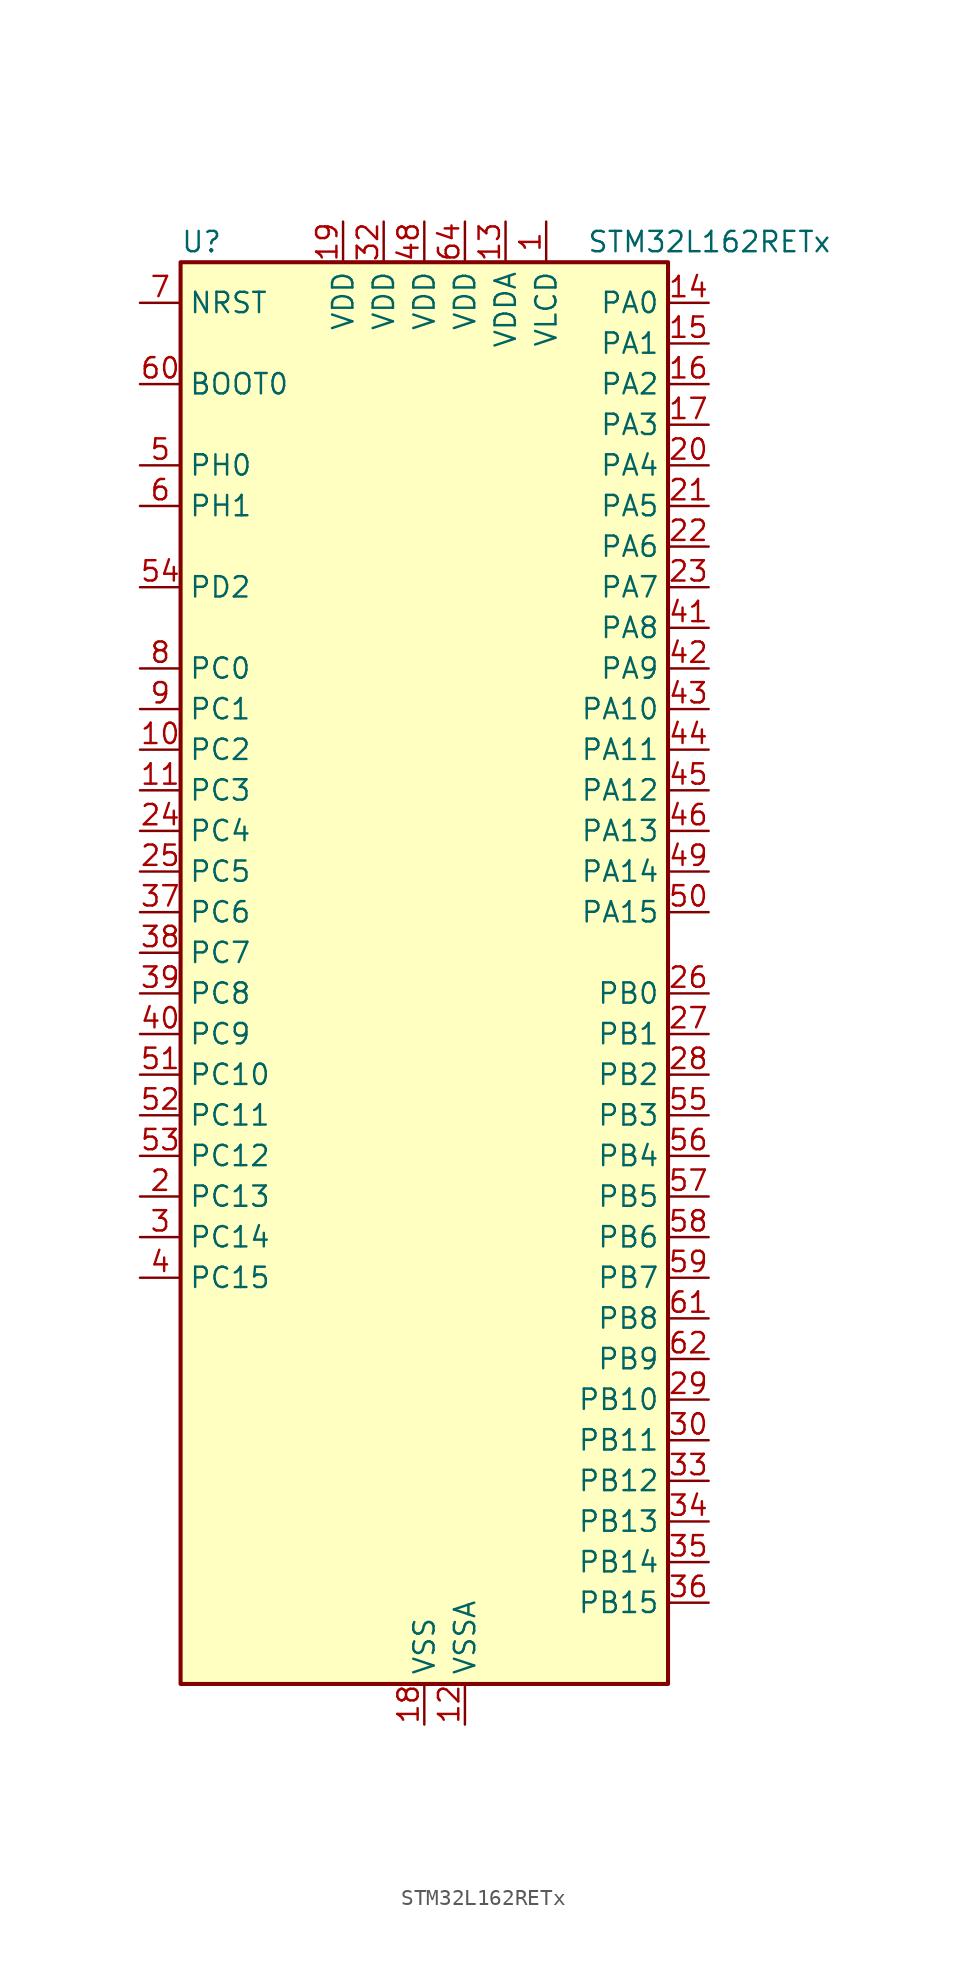
<source format=kicad_sym>
(kicad_symbol_lib
  (version 20231120)
  (generator "kicad_symbol_editor")
  (generator_version "8.0")
  (symbol "STM32L162RETx"
    (property "Reference" "U"
      (at -15.24 46.99 0)
      (effects (font (size 1.27 1.27)) (justify left)))
    (property "Value" "STM32L162RETx"
      (at 10.16 46.99 0)
      (effects (font (size 1.27 1.27)) (justify left)))
    (property "ki_locked" ""
      (at 0 0 0)
      (effects (font (size 1.27 1.27))))
    (symbol "STM32L162RETx_0_1"
      (rectangle (start -15.24 -43.18) (end 15.24 45.72) (stroke (width 0.254) (type default)) (fill (type background))))
    (symbol "STM32L162RETx_1_1"
      (pin power_in line (at 7.62 48.26 270) (length 2.54) (name "VLCD" (effects (font (size 1.27 1.27)))) (number "1" (effects (font (size 1.27 1.27)))))
      (pin bidirectional line (at -17.78 15.24 0) (length 2.54) (name "PC2" (effects (font (size 1.27 1.27)))) (number "10" (effects (font (size 1.27 1.27)))) (alternate "ADC_IN12" bidirectional line) (alternate "COMP1_INP" bidirectional line) (alternate "LCD_SEG20" bidirectional line) (alternate "TIMX_IC3" bidirectional line) (alternate "TS_G8_IO3" bidirectional line))
      (pin bidirectional line (at -17.78 12.7 0) (length 2.54) (name "PC3" (effects (font (size 1.27 1.27)))) (number "11" (effects (font (size 1.27 1.27)))) (alternate "ADC_IN13" bidirectional line) (alternate "COMP1_INP" bidirectional line) (alternate "LCD_SEG21" bidirectional line) (alternate "TIMX_IC4" bidirectional line) (alternate "TS_G8_IO4" bidirectional line))
      (pin power_in line (at 2.54 -45.72 90) (length 2.54) (name "VSSA" (effects (font (size 1.27 1.27)))) (number "12" (effects (font (size 1.27 1.27)))))
      (pin power_in line (at 5.08 48.26 270) (length 2.54) (name "VDDA" (effects (font (size 1.27 1.27)))) (number "13" (effects (font (size 1.27 1.27)))))
      (pin bidirectional line (at 17.78 43.18 180) (length 2.54) (name "PA0" (effects (font (size 1.27 1.27)))) (number "14" (effects (font (size 1.27 1.27)))) (alternate "ADC_IN0" bidirectional line) (alternate "COMP1_INP" bidirectional line) (alternate "RTC_TAMP2" bidirectional line) (alternate "SYS_WKUP1" bidirectional line) (alternate "TIM2_CH1" bidirectional line) (alternate "TIM2_ETR" bidirectional line) (alternate "TIM5_CH1" bidirectional line) (alternate "TIMX_IC1" bidirectional line) (alternate "TS_G1_IO1" bidirectional line) (alternate "USART2_CTS" bidirectional line))
      (pin bidirectional line (at 17.78 40.64 180) (length 2.54) (name "PA1" (effects (font (size 1.27 1.27)))) (number "15" (effects (font (size 1.27 1.27)))) (alternate "ADC_IN1" bidirectional line) (alternate "COMP1_INP" bidirectional line) (alternate "LCD_SEG0" bidirectional line) (alternate "OPAMP1_VINP" bidirectional line) (alternate "TIM2_CH2" bidirectional line) (alternate "TIM5_CH2" bidirectional line) (alternate "TIMX_IC2" bidirectional line) (alternate "TS_G1_IO2" bidirectional line) (alternate "USART2_RTS" bidirectional line))
      (pin bidirectional line (at 17.78 38.1 180) (length 2.54) (name "PA2" (effects (font (size 1.27 1.27)))) (number "16" (effects (font (size 1.27 1.27)))) (alternate "ADC_IN2" bidirectional line) (alternate "COMP1_INP" bidirectional line) (alternate "LCD_SEG1" bidirectional line) (alternate "OPAMP1_VINM" bidirectional line) (alternate "TIM2_CH3" bidirectional line) (alternate "TIM5_CH3" bidirectional line) (alternate "TIM9_CH1" bidirectional line) (alternate "TIMX_IC3" bidirectional line) (alternate "TS_G1_IO3" bidirectional line) (alternate "USART2_TX" bidirectional line))
      (pin bidirectional line (at 17.78 35.56 180) (length 2.54) (name "PA3" (effects (font (size 1.27 1.27)))) (number "17" (effects (font (size 1.27 1.27)))) (alternate "ADC_IN3" bidirectional line) (alternate "COMP1_INP" bidirectional line) (alternate "LCD_SEG2" bidirectional line) (alternate "OPAMP1_VOUT" bidirectional line) (alternate "TIM2_CH4" bidirectional line) (alternate "TIM5_CH4" bidirectional line) (alternate "TIM9_CH2" bidirectional line) (alternate "TIMX_IC4" bidirectional line) (alternate "TS_G1_IO4" bidirectional line) (alternate "USART2_RX" bidirectional line))
      (pin power_in line (at 0 -45.72 90) (length 2.54) (name "VSS" (effects (font (size 1.27 1.27)))) (number "18" (effects (font (size 1.27 1.27)))))
      (pin power_in line (at -5.08 48.26 270) (length 2.54) (name "VDD" (effects (font (size 1.27 1.27)))) (number "19" (effects (font (size 1.27 1.27)))))
      (pin bidirectional line (at -17.78 -12.7 0) (length 2.54) (name "PC13" (effects (font (size 1.27 1.27)))) (number "2" (effects (font (size 1.27 1.27)))) (alternate "RTC_OUT_ALARM" bidirectional line) (alternate "RTC_OUT_CALIB" bidirectional line) (alternate "RTC_TAMP1" bidirectional line) (alternate "RTC_TS" bidirectional line) (alternate "SYS_WKUP2" bidirectional line) (alternate "TIMX_IC2" bidirectional line))
      (pin bidirectional line (at 17.78 33.02 180) (length 2.54) (name "PA4" (effects (font (size 1.27 1.27)))) (number "20" (effects (font (size 1.27 1.27)))) (alternate "ADC_IN4" bidirectional line) (alternate "COMP1_INP" bidirectional line) (alternate "DAC_OUT1" bidirectional line) (alternate "I2S3_WS" bidirectional line) (alternate "SPI1_NSS" bidirectional line) (alternate "SPI3_NSS" bidirectional line) (alternate "TIMX_IC1" bidirectional line) (alternate "USART2_CK" bidirectional line))
      (pin bidirectional line (at 17.78 30.48 180) (length 2.54) (name "PA5" (effects (font (size 1.27 1.27)))) (number "21" (effects (font (size 1.27 1.27)))) (alternate "ADC_IN5" bidirectional line) (alternate "COMP1_INP" bidirectional line) (alternate "DAC_OUT2" bidirectional line) (alternate "SPI1_SCK" bidirectional line) (alternate "TIM2_CH1" bidirectional line) (alternate "TIM2_ETR" bidirectional line) (alternate "TIMX_IC2" bidirectional line))
      (pin bidirectional line (at 17.78 27.94 180) (length 2.54) (name "PA6" (effects (font (size 1.27 1.27)))) (number "22" (effects (font (size 1.27 1.27)))) (alternate "ADC_IN6" bidirectional line) (alternate "COMP1_INP" bidirectional line) (alternate "LCD_SEG3" bidirectional line) (alternate "OPAMP2_VINP" bidirectional line) (alternate "SPI1_MISO" bidirectional line) (alternate "TIM10_CH1" bidirectional line) (alternate "TIM3_CH1" bidirectional line) (alternate "TIMX_IC3" bidirectional line) (alternate "TS_G2_IO1" bidirectional line))
      (pin bidirectional line (at 17.78 25.4 180) (length 2.54) (name "PA7" (effects (font (size 1.27 1.27)))) (number "23" (effects (font (size 1.27 1.27)))) (alternate "ADC_IN7" bidirectional line) (alternate "COMP1_INP" bidirectional line) (alternate "LCD_SEG4" bidirectional line) (alternate "OPAMP2_VINM" bidirectional line) (alternate "SPI1_MOSI" bidirectional line) (alternate "TIM11_CH1" bidirectional line) (alternate "TIM3_CH2" bidirectional line) (alternate "TIMX_IC4" bidirectional line) (alternate "TS_G2_IO2" bidirectional line))
      (pin bidirectional line (at -17.78 10.16 0) (length 2.54) (name "PC4" (effects (font (size 1.27 1.27)))) (number "24" (effects (font (size 1.27 1.27)))) (alternate "ADC_IN14" bidirectional line) (alternate "COMP1_INP" bidirectional line) (alternate "LCD_SEG22" bidirectional line) (alternate "TIMX_IC1" bidirectional line) (alternate "TS_G9_IO1" bidirectional line))
      (pin bidirectional line (at -17.78 7.62 0) (length 2.54) (name "PC5" (effects (font (size 1.27 1.27)))) (number "25" (effects (font (size 1.27 1.27)))) (alternate "ADC_IN15" bidirectional line) (alternate "COMP1_INP" bidirectional line) (alternate "LCD_SEG23" bidirectional line) (alternate "TIMX_IC2" bidirectional line) (alternate "TS_G9_IO2" bidirectional line))
      (pin bidirectional line (at 17.78 0 180) (length 2.54) (name "PB0" (effects (font (size 1.27 1.27)))) (number "26" (effects (font (size 1.27 1.27)))) (alternate "ADC_IN8" bidirectional line) (alternate "COMP1_INP" bidirectional line) (alternate "LCD_SEG5" bidirectional line) (alternate "OPAMP2_VOUT" bidirectional line) (alternate "SYS_V_REF_OUT" bidirectional line) (alternate "TIM3_CH3" bidirectional line) (alternate "TS_G3_IO1" bidirectional line))
      (pin bidirectional line (at 17.78 -2.54 180) (length 2.54) (name "PB1" (effects (font (size 1.27 1.27)))) (number "27" (effects (font (size 1.27 1.27)))) (alternate "ADC_IN9" bidirectional line) (alternate "COMP1_INP" bidirectional line) (alternate "LCD_SEG6" bidirectional line) (alternate "SYS_V_REF_OUT" bidirectional line) (alternate "TIM3_CH4" bidirectional line) (alternate "TS_G3_IO2" bidirectional line))
      (pin bidirectional line (at 17.78 -5.08 180) (length 2.54) (name "PB2" (effects (font (size 1.27 1.27)))) (number "28" (effects (font (size 1.27 1.27)))) (alternate "ADC_IN0b" bidirectional line) (alternate "TS_G3_IO3" bidirectional line))
      (pin bidirectional line (at 17.78 -25.4 180) (length 2.54) (name "PB10" (effects (font (size 1.27 1.27)))) (number "29" (effects (font (size 1.27 1.27)))) (alternate "I2C2_SCL" bidirectional line) (alternate "LCD_SEG10" bidirectional line) (alternate "TIM2_CH3" bidirectional line) (alternate "USART3_TX" bidirectional line))
      (pin bidirectional line (at -17.78 -15.24 0) (length 2.54) (name "PC14" (effects (font (size 1.27 1.27)))) (number "3" (effects (font (size 1.27 1.27)))) (alternate "RCC_OSC32_IN" bidirectional line) (alternate "TIMX_IC3" bidirectional line))
      (pin bidirectional line (at 17.78 -27.94 180) (length 2.54) (name "PB11" (effects (font (size 1.27 1.27)))) (number "30" (effects (font (size 1.27 1.27)))) (alternate "ADC_EXTI11" bidirectional line) (alternate "I2C2_SDA" bidirectional line) (alternate "LCD_SEG11" bidirectional line) (alternate "TIM2_CH4" bidirectional line) (alternate "USART3_RX" bidirectional line))
      (pin passive line (at 0 -45.72 90) (length 2.54) hide (name "VSS" (effects (font (size 1.27 1.27)))) (number "31" (effects (font (size 1.27 1.27)))))
      (pin power_in line (at -2.54 48.26 270) (length 2.54) (name "VDD" (effects (font (size 1.27 1.27)))) (number "32" (effects (font (size 1.27 1.27)))))
      (pin bidirectional line (at 17.78 -30.48 180) (length 2.54) (name "PB12" (effects (font (size 1.27 1.27)))) (number "33" (effects (font (size 1.27 1.27)))) (alternate "ADC_IN18" bidirectional line) (alternate "COMP1_INP" bidirectional line) (alternate "I2C2_SMBA" bidirectional line) (alternate "I2S2_WS" bidirectional line) (alternate "LCD_SEG12" bidirectional line) (alternate "SPI2_NSS" bidirectional line) (alternate "TIM10_CH1" bidirectional line) (alternate "TS_G7_IO1" bidirectional line) (alternate "USART3_CK" bidirectional line))
      (pin bidirectional line (at 17.78 -33.02 180) (length 2.54) (name "PB13" (effects (font (size 1.27 1.27)))) (number "34" (effects (font (size 1.27 1.27)))) (alternate "ADC_IN19" bidirectional line) (alternate "COMP1_INP" bidirectional line) (alternate "I2S2_CK" bidirectional line) (alternate "LCD_SEG13" bidirectional line) (alternate "SPI2_SCK" bidirectional line) (alternate "TIM9_CH1" bidirectional line) (alternate "TS_G7_IO2" bidirectional line) (alternate "USART3_CTS" bidirectional line))
      (pin bidirectional line (at 17.78 -35.56 180) (length 2.54) (name "PB14" (effects (font (size 1.27 1.27)))) (number "35" (effects (font (size 1.27 1.27)))) (alternate "ADC_IN20" bidirectional line) (alternate "COMP1_INP" bidirectional line) (alternate "LCD_SEG14" bidirectional line) (alternate "SPI2_MISO" bidirectional line) (alternate "TIM9_CH2" bidirectional line) (alternate "TS_G7_IO3" bidirectional line) (alternate "USART3_RTS" bidirectional line))
      (pin bidirectional line (at 17.78 -38.1 180) (length 2.54) (name "PB15" (effects (font (size 1.27 1.27)))) (number "36" (effects (font (size 1.27 1.27)))) (alternate "ADC_EXTI15" bidirectional line) (alternate "ADC_IN21" bidirectional line) (alternate "COMP1_INP" bidirectional line) (alternate "I2S2_SD" bidirectional line) (alternate "LCD_SEG15" bidirectional line) (alternate "RTC_REFIN" bidirectional line) (alternate "SPI2_MOSI" bidirectional line) (alternate "TIM11_CH1" bidirectional line) (alternate "TS_G7_IO4" bidirectional line))
      (pin bidirectional line (at -17.78 5.08 0) (length 2.54) (name "PC6" (effects (font (size 1.27 1.27)))) (number "37" (effects (font (size 1.27 1.27)))) (alternate "I2S2_MCK" bidirectional line) (alternate "LCD_SEG24" bidirectional line) (alternate "TIM3_CH1" bidirectional line) (alternate "TIMX_IC3" bidirectional line) (alternate "TS_G10_IO1" bidirectional line))
      (pin bidirectional line (at -17.78 2.54 0) (length 2.54) (name "PC7" (effects (font (size 1.27 1.27)))) (number "38" (effects (font (size 1.27 1.27)))) (alternate "I2S3_MCK" bidirectional line) (alternate "LCD_SEG25" bidirectional line) (alternate "TIM3_CH2" bidirectional line) (alternate "TIMX_IC4" bidirectional line) (alternate "TS_G10_IO2" bidirectional line))
      (pin bidirectional line (at -17.78 0 0) (length 2.54) (name "PC8" (effects (font (size 1.27 1.27)))) (number "39" (effects (font (size 1.27 1.27)))) (alternate "LCD_SEG26" bidirectional line) (alternate "TIM3_CH3" bidirectional line) (alternate "TIMX_IC1" bidirectional line) (alternate "TS_G10_IO3" bidirectional line))
      (pin bidirectional line (at -17.78 -17.78 0) (length 2.54) (name "PC15" (effects (font (size 1.27 1.27)))) (number "4" (effects (font (size 1.27 1.27)))) (alternate "ADC_EXTI15" bidirectional line) (alternate "RCC_OSC32_OUT" bidirectional line) (alternate "TIMX_IC4" bidirectional line))
      (pin bidirectional line (at -17.78 -2.54 0) (length 2.54) (name "PC9" (effects (font (size 1.27 1.27)))) (number "40" (effects (font (size 1.27 1.27)))) (alternate "DAC_EXTI9" bidirectional line) (alternate "LCD_SEG27" bidirectional line) (alternate "TIM3_CH4" bidirectional line) (alternate "TIMX_IC2" bidirectional line) (alternate "TS_G10_IO4" bidirectional line))
      (pin bidirectional line (at 17.78 22.86 180) (length 2.54) (name "PA8" (effects (font (size 1.27 1.27)))) (number "41" (effects (font (size 1.27 1.27)))) (alternate "LCD_COM0" bidirectional line) (alternate "RCC_MCO" bidirectional line) (alternate "TIMX_IC1" bidirectional line) (alternate "TS_G4_IO1" bidirectional line) (alternate "USART1_CK" bidirectional line))
      (pin bidirectional line (at 17.78 20.32 180) (length 2.54) (name "PA9" (effects (font (size 1.27 1.27)))) (number "42" (effects (font (size 1.27 1.27)))) (alternate "DAC_EXTI9" bidirectional line) (alternate "LCD_COM1" bidirectional line) (alternate "TIMX_IC2" bidirectional line) (alternate "TS_G4_IO2" bidirectional line) (alternate "USART1_TX" bidirectional line))
      (pin bidirectional line (at 17.78 17.78 180) (length 2.54) (name "PA10" (effects (font (size 1.27 1.27)))) (number "43" (effects (font (size 1.27 1.27)))) (alternate "LCD_COM2" bidirectional line) (alternate "TIMX_IC3" bidirectional line) (alternate "TS_G4_IO3" bidirectional line) (alternate "USART1_RX" bidirectional line))
      (pin bidirectional line (at 17.78 15.24 180) (length 2.54) (name "PA11" (effects (font (size 1.27 1.27)))) (number "44" (effects (font (size 1.27 1.27)))) (alternate "ADC_EXTI11" bidirectional line) (alternate "SPI1_MISO" bidirectional line) (alternate "TIMX_IC4" bidirectional line) (alternate "USART1_CTS" bidirectional line) (alternate "USB_DM" bidirectional line))
      (pin bidirectional line (at 17.78 12.7 180) (length 2.54) (name "PA12" (effects (font (size 1.27 1.27)))) (number "45" (effects (font (size 1.27 1.27)))) (alternate "SPI1_MOSI" bidirectional line) (alternate "TIMX_IC1" bidirectional line) (alternate "USART1_RTS" bidirectional line) (alternate "USB_DP" bidirectional line))
      (pin bidirectional line (at 17.78 10.16 180) (length 2.54) (name "PA13" (effects (font (size 1.27 1.27)))) (number "46" (effects (font (size 1.27 1.27)))) (alternate "SYS_JTMS-SWDIO" bidirectional line) (alternate "TIMX_IC2" bidirectional line) (alternate "TS_G5_IO1" bidirectional line))
      (pin passive line (at 0 -45.72 90) (length 2.54) hide (name "VSS" (effects (font (size 1.27 1.27)))) (number "47" (effects (font (size 1.27 1.27)))))
      (pin power_in line (at 0 48.26 270) (length 2.54) (name "VDD" (effects (font (size 1.27 1.27)))) (number "48" (effects (font (size 1.27 1.27)))))
      (pin bidirectional line (at 17.78 7.62 180) (length 2.54) (name "PA14" (effects (font (size 1.27 1.27)))) (number "49" (effects (font (size 1.27 1.27)))) (alternate "SYS_JTCK-SWCLK" bidirectional line) (alternate "TIMX_IC3" bidirectional line) (alternate "TS_G5_IO2" bidirectional line))
      (pin bidirectional line (at -17.78 33.02 0) (length 2.54) (name "PH0" (effects (font (size 1.27 1.27)))) (number "5" (effects (font (size 1.27 1.27)))) (alternate "RCC_OSC_IN" bidirectional line))
      (pin bidirectional line (at 17.78 5.08 180) (length 2.54) (name "PA15" (effects (font (size 1.27 1.27)))) (number "50" (effects (font (size 1.27 1.27)))) (alternate "ADC_EXTI15" bidirectional line) (alternate "I2S3_WS" bidirectional line) (alternate "LCD_SEG17" bidirectional line) (alternate "SPI1_NSS" bidirectional line) (alternate "SPI3_NSS" bidirectional line) (alternate "SYS_JTDI" bidirectional line) (alternate "TIM2_CH1" bidirectional line) (alternate "TIM2_ETR" bidirectional line) (alternate "TIMX_IC4" bidirectional line) (alternate "TS_G5_IO3" bidirectional line))
      (pin bidirectional line (at -17.78 -5.08 0) (length 2.54) (name "PC10" (effects (font (size 1.27 1.27)))) (number "51" (effects (font (size 1.27 1.27)))) (alternate "I2S3_CK" bidirectional line) (alternate "LCD_COM4" bidirectional line) (alternate "LCD_SEG28" bidirectional line) (alternate "LCD_SEG40" bidirectional line) (alternate "SPI3_SCK" bidirectional line) (alternate "TIMX_IC3" bidirectional line) (alternate "UART4_TX" bidirectional line) (alternate "USART3_TX" bidirectional line))
      (pin bidirectional line (at -17.78 -7.62 0) (length 2.54) (name "PC11" (effects (font (size 1.27 1.27)))) (number "52" (effects (font (size 1.27 1.27)))) (alternate "ADC_EXTI11" bidirectional line) (alternate "LCD_COM5" bidirectional line) (alternate "LCD_SEG29" bidirectional line) (alternate "LCD_SEG41" bidirectional line) (alternate "SPI3_MISO" bidirectional line) (alternate "TIMX_IC4" bidirectional line) (alternate "UART4_RX" bidirectional line) (alternate "USART3_RX" bidirectional line))
      (pin bidirectional line (at -17.78 -10.16 0) (length 2.54) (name "PC12" (effects (font (size 1.27 1.27)))) (number "53" (effects (font (size 1.27 1.27)))) (alternate "I2S3_SD" bidirectional line) (alternate "LCD_COM6" bidirectional line) (alternate "LCD_SEG30" bidirectional line) (alternate "LCD_SEG42" bidirectional line) (alternate "SPI3_MOSI" bidirectional line) (alternate "TIMX_IC1" bidirectional line) (alternate "UART5_TX" bidirectional line) (alternate "USART3_CK" bidirectional line))
      (pin bidirectional line (at -17.78 25.4 0) (length 2.54) (name "PD2" (effects (font (size 1.27 1.27)))) (number "54" (effects (font (size 1.27 1.27)))) (alternate "LCD_COM7" bidirectional line) (alternate "LCD_SEG31" bidirectional line) (alternate "LCD_SEG43" bidirectional line) (alternate "TIM3_ETR" bidirectional line) (alternate "TIMX_IC3" bidirectional line) (alternate "UART5_RX" bidirectional line))
      (pin bidirectional line (at 17.78 -7.62 180) (length 2.54) (name "PB3" (effects (font (size 1.27 1.27)))) (number "55" (effects (font (size 1.27 1.27)))) (alternate "COMP2_INM" bidirectional line) (alternate "I2S3_CK" bidirectional line) (alternate "LCD_SEG7" bidirectional line) (alternate "SPI1_SCK" bidirectional line) (alternate "SPI3_SCK" bidirectional line) (alternate "SYS_JTDO-TRACESWO" bidirectional line) (alternate "TIM2_CH2" bidirectional line))
      (pin bidirectional line (at 17.78 -10.16 180) (length 2.54) (name "PB4" (effects (font (size 1.27 1.27)))) (number "56" (effects (font (size 1.27 1.27)))) (alternate "COMP2_INP" bidirectional line) (alternate "LCD_SEG8" bidirectional line) (alternate "SPI1_MISO" bidirectional line) (alternate "SPI3_MISO" bidirectional line) (alternate "SYS_JTRST" bidirectional line) (alternate "TIM3_CH1" bidirectional line) (alternate "TS_G6_IO1" bidirectional line))
      (pin bidirectional line (at 17.78 -12.7 180) (length 2.54) (name "PB5" (effects (font (size 1.27 1.27)))) (number "57" (effects (font (size 1.27 1.27)))) (alternate "COMP2_INP" bidirectional line) (alternate "I2C1_SMBA" bidirectional line) (alternate "I2S3_SD" bidirectional line) (alternate "LCD_SEG9" bidirectional line) (alternate "SPI1_MOSI" bidirectional line) (alternate "SPI3_MOSI" bidirectional line) (alternate "TIM3_CH2" bidirectional line) (alternate "TS_G6_IO2" bidirectional line))
      (pin bidirectional line (at 17.78 -15.24 180) (length 2.54) (name "PB6" (effects (font (size 1.27 1.27)))) (number "58" (effects (font (size 1.27 1.27)))) (alternate "COMP2_INP" bidirectional line) (alternate "I2C1_SCL" bidirectional line) (alternate "TIM4_CH1" bidirectional line) (alternate "TS_G6_IO3" bidirectional line) (alternate "USART1_TX" bidirectional line))
      (pin bidirectional line (at 17.78 -17.78 180) (length 2.54) (name "PB7" (effects (font (size 1.27 1.27)))) (number "59" (effects (font (size 1.27 1.27)))) (alternate "COMP2_INP" bidirectional line) (alternate "I2C1_SDA" bidirectional line) (alternate "SYS_PVD_IN" bidirectional line) (alternate "TIM4_CH2" bidirectional line) (alternate "TS_G6_IO4" bidirectional line) (alternate "USART1_RX" bidirectional line))
      (pin bidirectional line (at -17.78 30.48 0) (length 2.54) (name "PH1" (effects (font (size 1.27 1.27)))) (number "6" (effects (font (size 1.27 1.27)))) (alternate "RCC_OSC_OUT" bidirectional line))
      (pin input line (at -17.78 38.1 0) (length 2.54) (name "BOOT0" (effects (font (size 1.27 1.27)))) (number "60" (effects (font (size 1.27 1.27)))))
      (pin bidirectional line (at 17.78 -20.32 180) (length 2.54) (name "PB8" (effects (font (size 1.27 1.27)))) (number "61" (effects (font (size 1.27 1.27)))) (alternate "I2C1_SCL" bidirectional line) (alternate "LCD_SEG16" bidirectional line) (alternate "TIM10_CH1" bidirectional line) (alternate "TIM4_CH3" bidirectional line))
      (pin bidirectional line (at 17.78 -22.86 180) (length 2.54) (name "PB9" (effects (font (size 1.27 1.27)))) (number "62" (effects (font (size 1.27 1.27)))) (alternate "DAC_EXTI9" bidirectional line) (alternate "I2C1_SDA" bidirectional line) (alternate "LCD_COM3" bidirectional line) (alternate "TIM11_CH1" bidirectional line) (alternate "TIM4_CH4" bidirectional line))
      (pin passive line (at 0 -45.72 90) (length 2.54) hide (name "VSS" (effects (font (size 1.27 1.27)))) (number "63" (effects (font (size 1.27 1.27)))))
      (pin power_in line (at 2.54 48.26 270) (length 2.54) (name "VDD" (effects (font (size 1.27 1.27)))) (number "64" (effects (font (size 1.27 1.27)))))
      (pin input line (at -17.78 43.18 0) (length 2.54) (name "NRST" (effects (font (size 1.27 1.27)))) (number "7" (effects (font (size 1.27 1.27)))))
      (pin bidirectional line (at -17.78 20.32 0) (length 2.54) (name "PC0" (effects (font (size 1.27 1.27)))) (number "8" (effects (font (size 1.27 1.27)))) (alternate "ADC_IN10" bidirectional line) (alternate "COMP1_INP" bidirectional line) (alternate "LCD_SEG18" bidirectional line) (alternate "TIMX_IC1" bidirectional line) (alternate "TS_G8_IO1" bidirectional line))
      (pin bidirectional line (at -17.78 17.78 0) (length 2.54) (name "PC1" (effects (font (size 1.27 1.27)))) (number "9" (effects (font (size 1.27 1.27)))) (alternate "ADC_IN11" bidirectional line) (alternate "COMP1_INP" bidirectional line) (alternate "LCD_SEG19" bidirectional line) (alternate "TIMX_IC2" bidirectional line) (alternate "TS_G8_IO2" bidirectional line)))))
</source>
